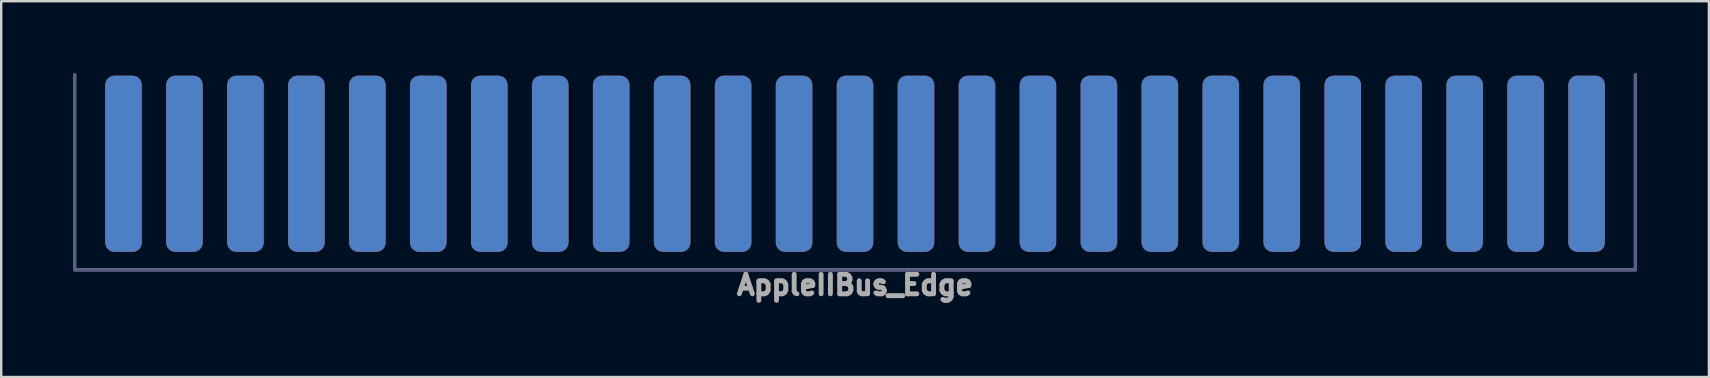
<source format=kicad_pcb>
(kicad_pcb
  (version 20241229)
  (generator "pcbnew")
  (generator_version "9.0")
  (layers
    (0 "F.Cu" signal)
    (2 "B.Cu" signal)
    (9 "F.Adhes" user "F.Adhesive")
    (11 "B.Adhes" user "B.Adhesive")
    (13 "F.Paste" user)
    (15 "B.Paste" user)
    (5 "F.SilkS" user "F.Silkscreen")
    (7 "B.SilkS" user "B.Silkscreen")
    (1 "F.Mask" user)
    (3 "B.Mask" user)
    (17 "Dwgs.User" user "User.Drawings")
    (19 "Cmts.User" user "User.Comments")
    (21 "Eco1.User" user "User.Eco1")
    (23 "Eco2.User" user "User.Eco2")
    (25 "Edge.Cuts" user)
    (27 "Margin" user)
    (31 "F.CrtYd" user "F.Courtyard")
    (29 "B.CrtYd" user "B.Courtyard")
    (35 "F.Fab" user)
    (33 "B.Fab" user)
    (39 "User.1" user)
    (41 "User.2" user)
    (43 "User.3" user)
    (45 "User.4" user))
  (footprint "AppleIIBus_Edge"
    (layer "F.Cu")
    (at 32.575 3.873)
    (property "Reference" "AppleIIBus_Edge" (at 0 4.953 0) (layer "F.Fab") (effects (font (size 0.813 0.813) (thickness 0.203))))
    (attr exclude_from_pos_files exclude_from_bom)
    (fp_line (start -32.512 4.318) (end -32.512 -3.81) (stroke (width 0.127) (type solid)) (layer "B.Fab"))
    (fp_line (start 32.512 -3.81) (end 32.512 4.318) (stroke (width 0.127) (type solid)) (layer "B.Fab"))
    (fp_line (start 32.512 4.318) (end -32.512 4.318) (stroke (width 0.127) (type solid)) (layer "B.Fab"))
    (fp_line (start -32.512 4.318) (end -32.512 -3.81) (stroke (width 0.127) (type solid)) (layer "F.Fab"))
    (fp_line (start 32.512 -3.81) (end 32.512 4.318) (stroke (width 0.127) (type solid)) (layer "F.Fab"))
    (fp_line (start 32.512 4.318) (end -32.512 4.318) (stroke (width 0.127) (type solid)) (layer "F.Fab"))
    (pad "1" smd roundrect (at -30.48 -0.1 180) (size 1.524 7.34) (layers "F.Cu" "F.Mask") (roundrect_rratio 0.25))
    (pad "2" smd roundrect (at -27.94 -0.1 180) (size 1.524 7.34) (layers "F.Cu" "F.Mask") (roundrect_rratio 0.25))
    (pad "3" smd roundrect (at -25.4 -0.1 180) (size 1.524 7.34) (layers "F.Cu" "F.Mask") (roundrect_rratio 0.25))
    (pad "4" smd roundrect (at -22.86 -0.1 180) (size 1.524 7.34) (layers "F.Cu" "F.Mask") (roundrect_rratio 0.25))
    (pad "5" smd roundrect (at -20.32 -0.1 180) (size 1.524 7.34) (layers "F.Cu" "F.Mask") (roundrect_rratio 0.25))
    (pad "6" smd roundrect (at -17.78 -0.1 180) (size 1.524 7.34) (layers "F.Cu" "F.Mask") (roundrect_rratio 0.25))
    (pad "7" smd roundrect (at -15.24 -0.1 180) (size 1.524 7.34) (layers "F.Cu" "F.Mask") (roundrect_rratio 0.25))
    (pad "8" smd roundrect (at -12.7 -0.1 180) (size 1.524 7.34) (layers "F.Cu" "F.Mask") (roundrect_rratio 0.25))
    (pad "9" smd roundrect (at -10.16 -0.1 180) (size 1.524 7.34) (layers "F.Cu" "F.Mask") (roundrect_rratio 0.25))
    (pad "10" smd roundrect (at -7.62 -0.1 180) (size 1.524 7.34) (layers "F.Cu" "F.Mask") (roundrect_rratio 0.25))
    (pad "11" smd roundrect (at -5.08 -0.1 180) (size 1.524 7.34) (layers "F.Cu" "F.Mask") (roundrect_rratio 0.25))
    (pad "12" smd roundrect (at -2.54 -0.1 180) (size 1.524 7.34) (layers "F.Cu" "F.Mask") (roundrect_rratio 0.25))
    (pad "13" smd roundrect (at 0 -0.1 180) (size 1.524 7.34) (layers "F.Cu" "F.Mask") (roundrect_rratio 0.25))
    (pad "14" smd roundrect (at 2.54 -0.1 180) (size 1.524 7.34) (layers "F.Cu" "F.Mask") (roundrect_rratio 0.25))
    (pad "15" smd roundrect (at 5.08 -0.1 180) (size 1.524 7.34) (layers "F.Cu" "F.Mask") (roundrect_rratio 0.25))
    (pad "16" smd roundrect (at 7.62 -0.1 180) (size 1.524 7.34) (layers "F.Cu" "F.Mask") (roundrect_rratio 0.25))
    (pad "17" smd roundrect (at 10.16 -0.1 180) (size 1.524 7.34) (layers "F.Cu" "F.Mask") (roundrect_rratio 0.25))
    (pad "18" smd roundrect (at 12.7 -0.1 180) (size 1.524 7.34) (layers "F.Cu" "F.Mask") (roundrect_rratio 0.25))
    (pad "19" smd roundrect (at 15.24 -0.1 180) (size 1.524 7.34) (layers "F.Cu" "F.Mask") (roundrect_rratio 0.25))
    (pad "20" smd roundrect (at 17.78 -0.1 180) (size 1.524 7.34) (layers "F.Cu" "F.Mask") (roundrect_rratio 0.25))
    (pad "21" smd roundrect (at 20.32 -0.1 180) (size 1.524 7.34) (layers "F.Cu" "F.Mask") (roundrect_rratio 0.25))
    (pad "22" smd roundrect (at 22.86 -0.1 180) (size 1.524 7.34) (layers "F.Cu" "F.Mask") (roundrect_rratio 0.25))
    (pad "23" smd roundrect (at 25.4 -0.1 180) (size 1.524 7.34) (layers "F.Cu" "F.Mask") (roundrect_rratio 0.25))
    (pad "24" smd roundrect (at 27.94 -0.1 180) (size 1.524 7.34) (layers "F.Cu" "F.Mask") (roundrect_rratio 0.25))
    (pad "25" smd roundrect (at 30.48 -0.1 180) (size 1.524 7.34) (layers "F.Cu" "F.Mask") (roundrect_rratio 0.25))
    (pad "26" smd roundrect (at 30.48 -0.1 180) (size 1.524 7.34) (layers "B.Cu" "B.Mask") (roundrect_rratio 0.25))
    (pad "27" smd roundrect (at 27.94 -0.1 180) (size 1.524 7.34) (layers "B.Cu" "B.Mask") (roundrect_rratio 0.25))
    (pad "28" smd roundrect (at 25.4 -0.1 180) (size 1.524 7.34) (layers "B.Cu" "B.Mask") (roundrect_rratio 0.25))
    (pad "29" smd roundrect (at 22.86 -0.1 180) (size 1.524 7.34) (layers "B.Cu" "B.Mask") (roundrect_rratio 0.25))
    (pad "30" smd roundrect (at 20.32 -0.1 180) (size 1.524 7.34) (layers "B.Cu" "B.Mask") (roundrect_rratio 0.25))
    (pad "31" smd roundrect (at 17.78 -0.1 180) (size 1.524 7.34) (layers "B.Cu" "B.Mask") (roundrect_rratio 0.25))
    (pad "32" smd roundrect (at 15.24 -0.1 180) (size 1.524 7.34) (layers "B.Cu" "B.Mask") (roundrect_rratio 0.25))
    (pad "33" smd roundrect (at 12.7 -0.1 180) (size 1.524 7.34) (layers "B.Cu" "B.Mask") (roundrect_rratio 0.25))
    (pad "34" smd roundrect (at 10.16 -0.1 180) (size 1.524 7.34) (layers "B.Cu" "B.Mask") (roundrect_rratio 0.25))
    (pad "35" smd roundrect (at 7.62 -0.1 180) (size 1.524 7.34) (layers "B.Cu" "B.Mask") (roundrect_rratio 0.25))
    (pad "36" smd roundrect (at 5.08 -0.1 180) (size 1.524 7.34) (layers "B.Cu" "B.Mask") (roundrect_rratio 0.25))
    (pad "37" smd roundrect (at 2.54 -0.1 180) (size 1.524 7.34) (layers "B.Cu" "B.Mask") (roundrect_rratio 0.25))
    (pad "38" smd roundrect (at 0 -0.1 180) (size 1.524 7.34) (layers "B.Cu" "B.Mask") (roundrect_rratio 0.25))
    (pad "39" smd roundrect (at -2.54 -0.1 180) (size 1.524 7.34) (layers "B.Cu" "B.Mask") (roundrect_rratio 0.25))
    (pad "40" smd roundrect (at -5.08 -0.1 180) (size 1.524 7.34) (layers "B.Cu" "B.Mask") (roundrect_rratio 0.25))
    (pad "41" smd roundrect (at -7.62 -0.1 180) (size 1.524 7.34) (layers "B.Cu" "B.Mask") (roundrect_rratio 0.25))
    (pad "42" smd roundrect (at -10.16 -0.1 180) (size 1.524 7.34) (layers "B.Cu" "B.Mask") (roundrect_rratio 0.25))
    (pad "43" smd roundrect (at -12.7 -0.1 180) (size 1.524 7.34) (layers "B.Cu" "B.Mask") (roundrect_rratio 0.25))
    (pad "44" smd roundrect (at -15.24 -0.1 180) (size 1.524 7.34) (layers "B.Cu" "B.Mask") (roundrect_rratio 0.25))
    (pad "45" smd roundrect (at -17.78 -0.1 180) (size 1.524 7.34) (layers "B.Cu" "B.Mask") (roundrect_rratio 0.25))
    (pad "46" smd roundrect (at -20.32 -0.1 180) (size 1.524 7.34) (layers "B.Cu" "B.Mask") (roundrect_rratio 0.25))
    (pad "47" smd roundrect (at -22.86 -0.1 180) (size 1.524 7.34) (layers "B.Cu" "B.Mask") (roundrect_rratio 0.25))
    (pad "48" smd roundrect (at -25.4 -0.1 180) (size 1.524 7.34) (layers "B.Cu" "B.Mask") (roundrect_rratio 0.25))
    (pad "49" smd roundrect (at -27.94 -0.1 180) (size 1.524 7.34) (layers "B.Cu" "B.Mask") (roundrect_rratio 0.25))
    (pad "50" smd roundrect (at -30.48 -0.1 180) (size 1.524 7.34) (layers "B.Cu" "B.Mask") (roundrect_rratio 0.25)))
  (gr_rect
    (start -3 -3)
    (end 68.151 12.659)
    (stroke (width 0.1) (type default))
    (fill no)
    (layer "Edge.Cuts")))
</source>
